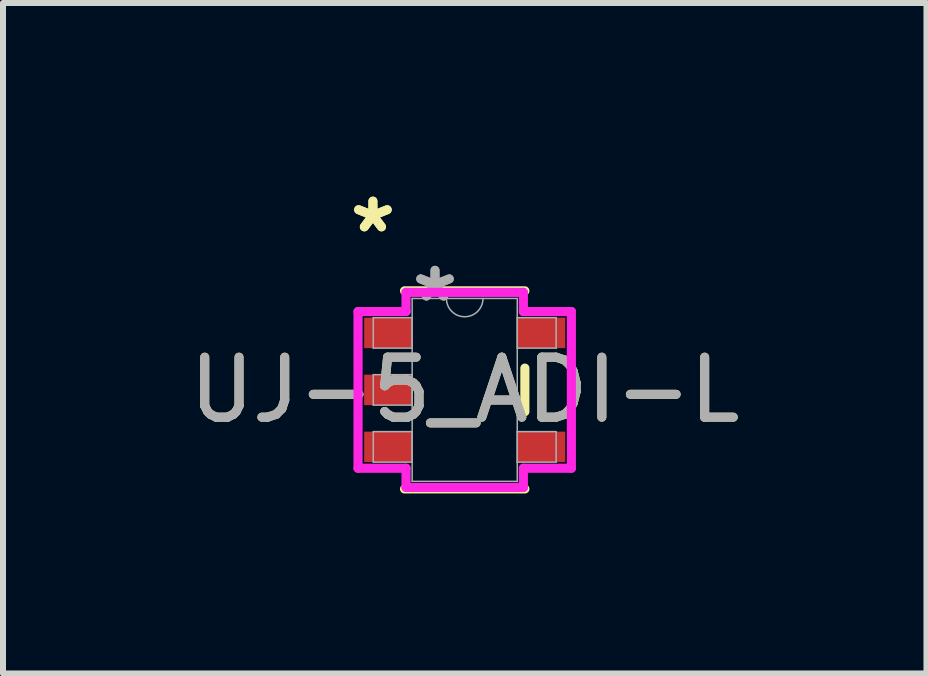
<source format=kicad_pcb>
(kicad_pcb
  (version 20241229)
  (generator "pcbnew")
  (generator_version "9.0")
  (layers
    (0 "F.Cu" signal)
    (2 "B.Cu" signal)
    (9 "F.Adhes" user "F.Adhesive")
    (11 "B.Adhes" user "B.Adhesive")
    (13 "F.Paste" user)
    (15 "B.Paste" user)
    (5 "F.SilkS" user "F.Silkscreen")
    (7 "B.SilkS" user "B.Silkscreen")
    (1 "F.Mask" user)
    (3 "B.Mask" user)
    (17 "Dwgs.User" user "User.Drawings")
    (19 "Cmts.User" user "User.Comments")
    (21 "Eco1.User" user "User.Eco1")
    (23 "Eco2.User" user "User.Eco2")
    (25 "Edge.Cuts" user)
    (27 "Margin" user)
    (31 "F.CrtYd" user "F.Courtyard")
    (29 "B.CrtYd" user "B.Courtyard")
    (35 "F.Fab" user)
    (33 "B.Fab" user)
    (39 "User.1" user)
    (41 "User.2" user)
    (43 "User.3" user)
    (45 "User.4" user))
  (footprint "UJ-5_ADI-L"
    (layer "F.Cu")
    (at 4.696 3.449)
    (property "Reference" "UJ-5_ADI-L" (at 0 0 0) (unlocked yes) (layer "F.SilkS") (effects (font (size 1 1) (thickness 0.15))))
    (attr smd)
    (fp_line (start -1.003 1.651) (end 1.003 1.651) (stroke (width 0.152) (type solid)) (layer "F.SilkS"))
    (fp_line (start 1.003 -1.651) (end -1.003 -1.651) (stroke (width 0.152) (type solid)) (layer "F.SilkS"))
    (fp_line (start 1.003 0.363) (end 1.003 -0.363) (stroke (width 0.152) (type solid)) (layer "F.SilkS"))
    (fp_line (start -1.778 -1.306) (end -0.978 -1.306) (stroke (width 0.152) (type solid)) (layer "F.CrtYd"))
    (fp_line (start -1.778 1.306) (end -1.778 -1.306) (stroke (width 0.152) (type solid)) (layer "F.CrtYd"))
    (fp_line (start -1.778 1.306) (end -0.978 1.306) (stroke (width 0.152) (type solid)) (layer "F.CrtYd"))
    (fp_line (start -0.978 -1.626) (end 0.978 -1.626) (stroke (width 0.152) (type solid)) (layer "F.CrtYd"))
    (fp_line (start -0.978 -1.306) (end -0.978 -1.626) (stroke (width 0.152) (type solid)) (layer "F.CrtYd"))
    (fp_line (start -0.978 1.626) (end -0.978 1.306) (stroke (width 0.152) (type solid)) (layer "F.CrtYd"))
    (fp_line (start 0.978 -1.626) (end 0.978 -1.306) (stroke (width 0.152) (type solid)) (layer "F.CrtYd"))
    (fp_line (start 0.978 1.306) (end 0.978 1.626) (stroke (width 0.152) (type solid)) (layer "F.CrtYd"))
    (fp_line (start 0.978 1.626) (end -0.978 1.626) (stroke (width 0.152) (type solid)) (layer "F.CrtYd"))
    (fp_line (start 1.778 -1.306) (end 0.978 -1.306) (stroke (width 0.152) (type solid)) (layer "F.CrtYd"))
    (fp_line (start 1.778 -1.306) (end 1.778 1.306) (stroke (width 0.152) (type solid)) (layer "F.CrtYd"))
    (fp_line (start 1.778 1.306) (end 0.978 1.306) (stroke (width 0.152) (type solid)) (layer "F.CrtYd"))
    (fp_line (start -1.524 -1.204) (end -1.524 -0.696) (stroke (width 0.025) (type solid)) (layer "F.Fab"))
    (fp_line (start -1.524 -0.696) (end -0.876 -0.696) (stroke (width 0.025) (type solid)) (layer "F.Fab"))
    (fp_line (start -1.524 -0.254) (end -1.524 0.254) (stroke (width 0.025) (type solid)) (layer "F.Fab"))
    (fp_line (start -1.524 0.254) (end -0.876 0.254) (stroke (width 0.025) (type solid)) (layer "F.Fab"))
    (fp_line (start -1.524 0.696) (end -1.524 1.204) (stroke (width 0.025) (type solid)) (layer "F.Fab"))
    (fp_line (start -1.524 1.204) (end -0.876 1.204) (stroke (width 0.025) (type solid)) (layer "F.Fab"))
    (fp_line (start -0.876 -1.524) (end -0.876 1.524) (stroke (width 0.025) (type solid)) (layer "F.Fab"))
    (fp_line (start -0.876 -1.204) (end -1.524 -1.204) (stroke (width 0.025) (type solid)) (layer "F.Fab"))
    (fp_line (start -0.876 -0.696) (end -0.876 -1.204) (stroke (width 0.025) (type solid)) (layer "F.Fab"))
    (fp_line (start -0.876 -0.254) (end -1.524 -0.254) (stroke (width 0.025) (type solid)) (layer "F.Fab"))
    (fp_line (start -0.876 0.254) (end -0.876 -0.254) (stroke (width 0.025) (type solid)) (layer "F.Fab"))
    (fp_line (start -0.876 0.696) (end -1.524 0.696) (stroke (width 0.025) (type solid)) (layer "F.Fab"))
    (fp_line (start -0.876 1.204) (end -0.876 0.696) (stroke (width 0.025) (type solid)) (layer "F.Fab"))
    (fp_line (start -0.876 1.524) (end 0.876 1.524) (stroke (width 0.025) (type solid)) (layer "F.Fab"))
    (fp_line (start 0.876 -1.524) (end -0.876 -1.524) (stroke (width 0.025) (type solid)) (layer "F.Fab"))
    (fp_line (start 0.876 -1.204) (end 0.876 -0.696) (stroke (width 0.025) (type solid)) (layer "F.Fab"))
    (fp_line (start 0.876 -0.696) (end 1.524 -0.696) (stroke (width 0.025) (type solid)) (layer "F.Fab"))
    (fp_line (start 0.876 0.696) (end 0.876 1.204) (stroke (width 0.025) (type solid)) (layer "F.Fab"))
    (fp_line (start 0.876 1.204) (end 1.524 1.204) (stroke (width 0.025) (type solid)) (layer "F.Fab"))
    (fp_line (start 0.876 1.524) (end 0.876 -1.524) (stroke (width 0.025) (type solid)) (layer "F.Fab"))
    (fp_line (start 1.524 -1.204) (end 0.876 -1.204) (stroke (width 0.025) (type solid)) (layer "F.Fab"))
    (fp_line (start 1.524 -0.696) (end 1.524 -1.204) (stroke (width 0.025) (type solid)) (layer "F.Fab"))
    (fp_line (start 1.524 0.696) (end 0.876 0.696) (stroke (width 0.025) (type solid)) (layer "F.Fab"))
    (fp_line (start 1.524 1.204) (end 1.524 0.696) (stroke (width 0.025) (type solid)) (layer "F.Fab"))
    (fp_arc (start 0.3048 -1.524) (mid 0 -1.2192) (end -0.3048 -1.524) (stroke (width 0.0254) (type solid)) (layer "F.Fab"))
    (fp_text user "*" (at -1.53 -2.601 0) (unlocked yes) (layer "F.SilkS") (effects (font (size 1 1) (thickness 0.15))))
    (fp_text user "*" (at -1.53 -2.601 0) (layer "F.SilkS") (effects (font (size 1 1) (thickness 0.15))))
    (fp_text user "*" (at -0.495 -1.448 0) (layer "F.Fab") (effects (font (size 1 1) (thickness 0.15))))
    (fp_text user "*" (at -0.495 -1.448 0) (unlocked yes) (layer "F.Fab") (effects (font (size 1 1) (thickness 0.15))))
    (fp_text user "${REFERENCE}" (at 0 0 0) (unlocked yes) (layer "F.Fab") (effects (font (size 1 1) (thickness 0.15))))
    (pad "1" smd rect (at -1.276 -0.95) (size 0.8 0.508) (layers "F.Cu" "F.Mask" "F.Paste"))
    (pad "2" smd rect (at -1.276 0) (size 0.8 0.508) (layers "F.Cu" "F.Mask" "F.Paste"))
    (pad "3" smd rect (at -1.276 0.95) (size 0.8 0.508) (layers "F.Cu" "F.Mask" "F.Paste"))
    (pad "4" smd rect (at 1.276 0.95) (size 0.8 0.508) (layers "F.Cu" "F.Mask" "F.Paste"))
    (pad "5" smd rect (at 1.276 -0.95) (size 0.8 0.508) (layers "F.Cu" "F.Mask" "F.Paste")))
  (gr_rect
    (start -3 -3)
    (end 12.393 8.176)
    (stroke (width 0.1) (type default))
    (fill no)
    (layer "Edge.Cuts")))
</source>
